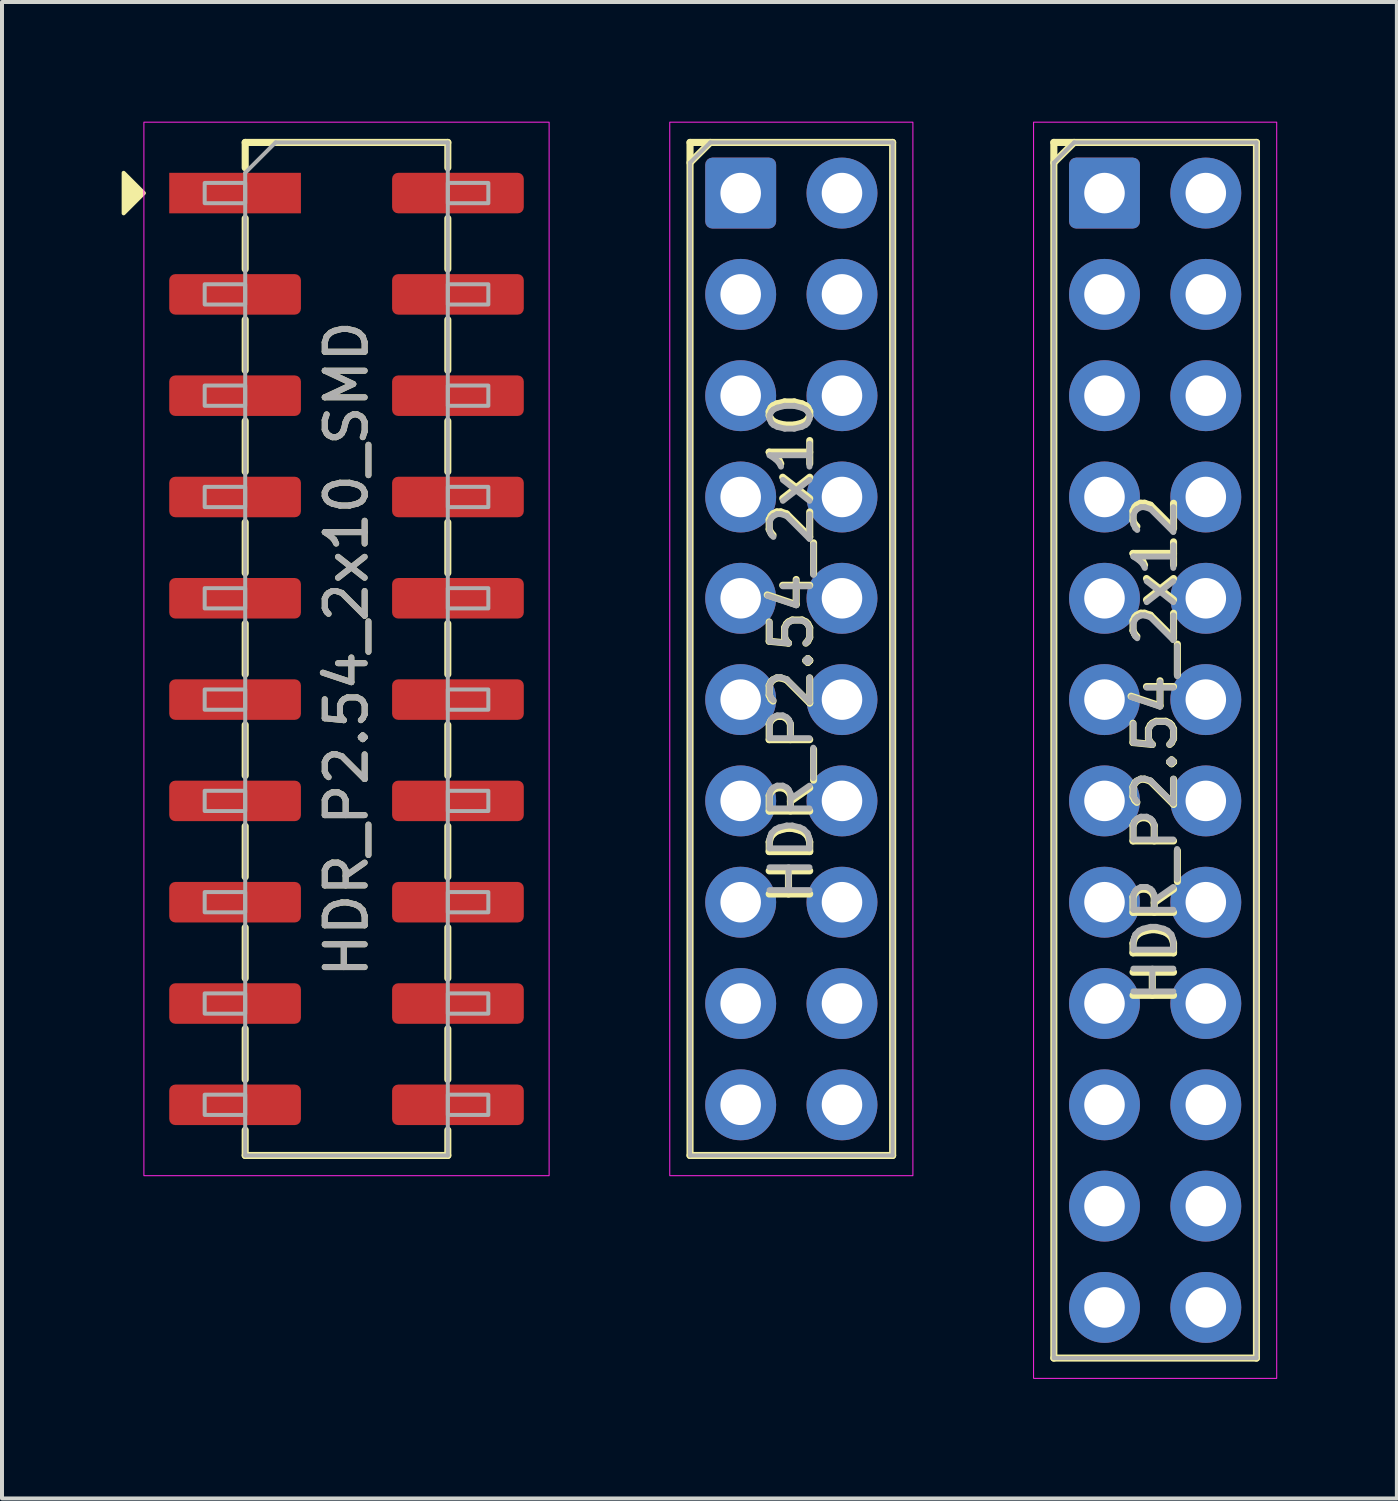
<source format=kicad_pcb>
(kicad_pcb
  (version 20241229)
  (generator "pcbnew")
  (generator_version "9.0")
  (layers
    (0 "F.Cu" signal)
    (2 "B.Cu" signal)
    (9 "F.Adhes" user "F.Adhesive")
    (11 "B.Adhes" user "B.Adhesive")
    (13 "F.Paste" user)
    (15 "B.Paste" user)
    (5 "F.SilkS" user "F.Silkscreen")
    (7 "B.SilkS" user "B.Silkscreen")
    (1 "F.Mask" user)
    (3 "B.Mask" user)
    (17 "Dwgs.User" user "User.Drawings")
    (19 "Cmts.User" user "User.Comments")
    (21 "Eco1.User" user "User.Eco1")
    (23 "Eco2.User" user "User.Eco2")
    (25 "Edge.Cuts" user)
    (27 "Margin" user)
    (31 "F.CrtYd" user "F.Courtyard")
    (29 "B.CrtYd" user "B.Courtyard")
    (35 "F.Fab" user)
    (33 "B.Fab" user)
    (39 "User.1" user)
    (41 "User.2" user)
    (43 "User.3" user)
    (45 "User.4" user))
  (footprint "HDR_P2.54_2x10"
    (layer "F.Cu")
    (at 16.791 13.221)
    (property "Reference" "HDR_P2.54_2x10" (at 0 0 90) (layer "F.SilkS") (effects (font (size 1.016 1.016) (thickness 0.178))))
    (attr through_hole)
    (fp_line (start -2.54 -12.7) (end -2.54 12.7) (stroke (width 0.178) (type solid)) (layer "F.SilkS"))
    (fp_line (start -2.54 -12.7) (end 2.54 -12.7) (stroke (width 0.178) (type solid)) (layer "F.SilkS"))
    (fp_line (start -2.54 -12.192) (end -2.032 -12.7) (stroke (width 0.178) (type solid)) (layer "F.SilkS"))
    (fp_line (start -2.54 12.7) (end 2.54 12.7) (stroke (width 0.178) (type solid)) (layer "F.SilkS"))
    (fp_line (start 2.54 -12.7) (end 2.54 12.7) (stroke (width 0.178) (type solid)) (layer "F.SilkS"))
    (fp_rect (start -3.048 -13.208) (end 3.048 13.208) (stroke (width 0.025) (type solid)) (fill no) (layer "F.CrtYd"))
    (fp_line (start -2.54 -12.192) (end -2.032 -12.7) (stroke (width 0.1) (type solid)) (layer "F.Fab"))
    (fp_line (start -2.54 12.7) (end -2.54 -12.192) (stroke (width 0.1) (type solid)) (layer "F.Fab"))
    (fp_line (start -2.032 -12.7) (end 2.54 -12.7) (stroke (width 0.1) (type solid)) (layer "F.Fab"))
    (fp_line (start 2.54 -12.7) (end 2.54 12.7) (stroke (width 0.1) (type solid)) (layer "F.Fab"))
    (fp_line (start 2.54 12.7) (end -2.54 12.7) (stroke (width 0.1) (type solid)) (layer "F.Fab"))
    (fp_text user "${REFERENCE}" (at 0 0 90) (layer "F.Fab") (effects (font (size 1 1) (thickness 0.15))))
    (pad "1" thru_hole roundrect (at -1.27 -11.43) (size 1.778 1.778) (drill 1.016) (layers "*.Cu" "*.Mask") (roundrect_rratio 0.1))
    (pad "2" thru_hole oval (at 1.27 -11.43) (size 1.778 1.778) (drill 1.016) (layers "*.Cu" "*.Mask"))
    (pad "3" thru_hole oval (at -1.27 -8.89) (size 1.778 1.778) (drill 1.016) (layers "*.Cu" "*.Mask"))
    (pad "4" thru_hole oval (at 1.27 -8.89) (size 1.778 1.778) (drill 1.016) (layers "*.Cu" "*.Mask"))
    (pad "5" thru_hole oval (at -1.27 -6.35) (size 1.778 1.778) (drill 1.016) (layers "*.Cu" "*.Mask"))
    (pad "6" thru_hole oval (at 1.27 -6.35) (size 1.778 1.778) (drill 1.016) (layers "*.Cu" "*.Mask"))
    (pad "7" thru_hole oval (at -1.27 -3.81) (size 1.778 1.778) (drill 1.016) (layers "*.Cu" "*.Mask"))
    (pad "8" thru_hole oval (at 1.27 -3.81) (size 1.778 1.778) (drill 1.016) (layers "*.Cu" "*.Mask"))
    (pad "9" thru_hole oval (at -1.27 -1.27) (size 1.778 1.778) (drill 1.016) (layers "*.Cu" "*.Mask"))
    (pad "10" thru_hole oval (at 1.27 -1.27) (size 1.778 1.778) (drill 1.016) (layers "*.Cu" "*.Mask"))
    (pad "11" thru_hole oval (at -1.27 1.27) (size 1.778 1.778) (drill 1.016) (layers "*.Cu" "*.Mask"))
    (pad "12" thru_hole oval (at 1.27 1.27) (size 1.778 1.778) (drill 1.016) (layers "*.Cu" "*.Mask"))
    (pad "13" thru_hole oval (at -1.27 3.81) (size 1.778 1.778) (drill 1.016) (layers "*.Cu" "*.Mask"))
    (pad "14" thru_hole oval (at 1.27 3.81) (size 1.778 1.778) (drill 1.016) (layers "*.Cu" "*.Mask"))
    (pad "15" thru_hole oval (at -1.27 6.35) (size 1.778 1.778) (drill 1.016) (layers "*.Cu" "*.Mask"))
    (pad "16" thru_hole oval (at 1.27 6.35) (size 1.778 1.778) (drill 1.016) (layers "*.Cu" "*.Mask"))
    (pad "17" thru_hole oval (at -1.27 8.89) (size 1.778 1.778) (drill 1.016) (layers "*.Cu" "*.Mask"))
    (pad "18" thru_hole oval (at 1.27 8.89) (size 1.778 1.778) (drill 1.016) (layers "*.Cu" "*.Mask"))
    (pad "19" thru_hole oval (at -1.27 11.43) (size 1.778 1.778) (drill 1.016) (layers "*.Cu" "*.Mask"))
    (pad "20" thru_hole oval (at 1.27 11.43) (size 1.778 1.778) (drill 1.016) (layers "*.Cu" "*.Mask")))
  (footprint "HDR_P2.54_2x10_SMD"
    (layer "F.Cu")
    (at 5.638 13.221)
    (property "Reference" "HDR_P2.54_2x10_SMD" (at 0 0 90) (layer "F.SilkS") (effects (font (size 1 1) (thickness 0.15))))
    (attr smd)
    (fp_line (start -2.54 -12.7) (end -2.54 -12.065) (stroke (width 0.178) (type solid)) (layer "F.SilkS"))
    (fp_line (start -2.54 -9.525) (end -2.54 -10.795) (stroke (width 0.178) (type solid)) (layer "F.SilkS"))
    (fp_line (start -2.54 -6.985) (end -2.54 -8.255) (stroke (width 0.178) (type solid)) (layer "F.SilkS"))
    (fp_line (start -2.54 -4.445) (end -2.54 -5.715) (stroke (width 0.178) (type solid)) (layer "F.SilkS"))
    (fp_line (start -2.54 -1.905) (end -2.54 -3.175) (stroke (width 0.178) (type solid)) (layer "F.SilkS"))
    (fp_line (start -2.54 0.635) (end -2.54 -0.635) (stroke (width 0.178) (type solid)) (layer "F.SilkS"))
    (fp_line (start -2.54 3.175) (end -2.54 1.905) (stroke (width 0.178) (type solid)) (layer "F.SilkS"))
    (fp_line (start -2.54 5.715) (end -2.54 4.445) (stroke (width 0.178) (type solid)) (layer "F.SilkS"))
    (fp_line (start -2.54 8.255) (end -2.54 6.985) (stroke (width 0.178) (type solid)) (layer "F.SilkS"))
    (fp_line (start -2.54 10.795) (end -2.54 9.525) (stroke (width 0.178) (type solid)) (layer "F.SilkS"))
    (fp_line (start -2.54 12.7) (end -2.54 12.065) (stroke (width 0.178) (type solid)) (layer "F.SilkS"))
    (fp_line (start 2.54 -12.7) (end -2.54 -12.7) (stroke (width 0.178) (type solid)) (layer "F.SilkS"))
    (fp_line (start 2.54 -12.065) (end 2.54 -12.7) (stroke (width 0.178) (type solid)) (layer "F.SilkS"))
    (fp_line (start 2.54 -9.525) (end 2.54 -10.795) (stroke (width 0.178) (type solid)) (layer "F.SilkS"))
    (fp_line (start 2.54 -6.985) (end 2.54 -8.255) (stroke (width 0.178) (type solid)) (layer "F.SilkS"))
    (fp_line (start 2.54 -4.445) (end 2.54 -5.715) (stroke (width 0.178) (type solid)) (layer "F.SilkS"))
    (fp_line (start 2.54 -1.905) (end 2.54 -3.175) (stroke (width 0.178) (type solid)) (layer "F.SilkS"))
    (fp_line (start 2.54 0.635) (end 2.54 -0.635) (stroke (width 0.178) (type solid)) (layer "F.SilkS"))
    (fp_line (start 2.54 3.175) (end 2.54 1.905) (stroke (width 0.178) (type solid)) (layer "F.SilkS"))
    (fp_line (start 2.54 5.715) (end 2.54 4.445) (stroke (width 0.178) (type solid)) (layer "F.SilkS"))
    (fp_line (start 2.54 8.255) (end 2.54 6.985) (stroke (width 0.178) (type solid)) (layer "F.SilkS"))
    (fp_line (start 2.54 10.795) (end 2.54 9.525) (stroke (width 0.178) (type solid)) (layer "F.SilkS"))
    (fp_line (start 2.54 12.065) (end 2.54 12.7) (stroke (width 0.178) (type solid)) (layer "F.SilkS"))
    (fp_line (start 2.54 12.7) (end -2.54 12.7) (stroke (width 0.178) (type solid)) (layer "F.SilkS"))
    (fp_poly (pts (xy -5.08 -11.43) (xy -5.588 -10.922) (xy -5.588 -11.938)) (stroke (width 0.1) (type solid)) (fill yes) (layer "F.SilkS"))
    (fp_rect (start -5.08 -13.208) (end 5.08 13.208) (stroke (width 0.025) (type solid)) (fill no) (layer "F.CrtYd"))
    (fp_line (start -2.54 -11.938) (end -1.778 -12.7) (stroke (width 0.1) (type solid)) (layer "F.Fab"))
    (fp_line (start -2.54 12.7) (end -2.54 -11.938) (stroke (width 0.1) (type solid)) (layer "F.Fab"))
    (fp_line (start -1.778 -12.7) (end 2.54 -12.7) (stroke (width 0.1) (type solid)) (layer "F.Fab"))
    (fp_line (start 2.54 -12.7) (end 2.54 12.7) (stroke (width 0.1) (type solid)) (layer "F.Fab"))
    (fp_line (start 2.54 12.7) (end -2.54 12.7) (stroke (width 0.1) (type solid)) (layer "F.Fab"))
    (fp_rect (start -3.556 -11.684) (end -2.54 -11.176) (stroke (width 0.1) (type solid)) (fill no) (layer "F.Fab"))
    (fp_rect (start -3.556 -9.144) (end -2.54 -8.636) (stroke (width 0.1) (type solid)) (fill no) (layer "F.Fab"))
    (fp_rect (start -3.556 -6.604) (end -2.54 -6.096) (stroke (width 0.1) (type solid)) (fill no) (layer "F.Fab"))
    (fp_rect (start -3.556 -4.064) (end -2.54 -3.556) (stroke (width 0.1) (type solid)) (fill no) (layer "F.Fab"))
    (fp_rect (start -3.556 -1.524) (end -2.54 -1.016) (stroke (width 0.1) (type solid)) (fill no) (layer "F.Fab"))
    (fp_rect (start -3.556 1.016) (end -2.54 1.524) (stroke (width 0.1) (type solid)) (fill no) (layer "F.Fab"))
    (fp_rect (start -3.556 3.556) (end -2.54 4.064) (stroke (width 0.1) (type solid)) (fill no) (layer "F.Fab"))
    (fp_rect (start -3.556 6.096) (end -2.54 6.604) (stroke (width 0.1) (type solid)) (fill no) (layer "F.Fab"))
    (fp_rect (start -3.556 8.636) (end -2.54 9.144) (stroke (width 0.1) (type solid)) (fill no) (layer "F.Fab"))
    (fp_rect (start -3.556 11.176) (end -2.54 11.684) (stroke (width 0.1) (type solid)) (fill no) (layer "F.Fab"))
    (fp_rect (start 2.54 -11.684) (end 3.556 -11.176) (stroke (width 0.1) (type solid)) (fill no) (layer "F.Fab"))
    (fp_rect (start 2.54 -9.144) (end 3.556 -8.636) (stroke (width 0.1) (type solid)) (fill no) (layer "F.Fab"))
    (fp_rect (start 2.54 -6.604) (end 3.556 -6.096) (stroke (width 0.1) (type solid)) (fill no) (layer "F.Fab"))
    (fp_rect (start 2.54 -4.064) (end 3.556 -3.556) (stroke (width 0.1) (type solid)) (fill no) (layer "F.Fab"))
    (fp_rect (start 2.54 -1.524) (end 3.556 -1.016) (stroke (width 0.1) (type solid)) (fill no) (layer "F.Fab"))
    (fp_rect (start 2.54 1.016) (end 3.556 1.524) (stroke (width 0.1) (type solid)) (fill no) (layer "F.Fab"))
    (fp_rect (start 2.54 3.556) (end 3.556 4.064) (stroke (width 0.1) (type solid)) (fill no) (layer "F.Fab"))
    (fp_rect (start 2.54 6.096) (end 3.556 6.604) (stroke (width 0.1) (type solid)) (fill no) (layer "F.Fab"))
    (fp_rect (start 2.54 8.636) (end 3.556 9.144) (stroke (width 0.1) (type solid)) (fill no) (layer "F.Fab"))
    (fp_rect (start 2.54 11.176) (end 3.556 11.684) (stroke (width 0.1) (type solid)) (fill no) (layer "F.Fab"))
    (fp_text user "${REFERENCE}" (at 0 0 90) (layer "F.Fab") (effects (font (size 1 1) (thickness 0.15))))
    (pad "1" smd rect (at -2.794 -11.43) (size 3.302 1.016) (layers "F.Cu" "F.Mask" "F.Paste"))
    (pad "2" smd roundrect (at 2.794 -11.43) (size 3.302 1.016) (layers "F.Cu" "F.Mask" "F.Paste") (roundrect_rratio 0.15))
    (pad "3" smd roundrect (at -2.794 -8.89) (size 3.302 1.016) (layers "F.Cu" "F.Mask" "F.Paste") (roundrect_rratio 0.15))
    (pad "4" smd roundrect (at 2.794 -8.89) (size 3.302 1.016) (layers "F.Cu" "F.Mask" "F.Paste") (roundrect_rratio 0.15))
    (pad "5" smd roundrect (at -2.794 -6.35) (size 3.302 1.016) (layers "F.Cu" "F.Mask" "F.Paste") (roundrect_rratio 0.15))
    (pad "6" smd roundrect (at 2.794 -6.35) (size 3.302 1.016) (layers "F.Cu" "F.Mask" "F.Paste") (roundrect_rratio 0.15))
    (pad "7" smd roundrect (at -2.794 -3.81) (size 3.302 1.016) (layers "F.Cu" "F.Mask" "F.Paste") (roundrect_rratio 0.15))
    (pad "8" smd roundrect (at 2.794 -3.81) (size 3.302 1.016) (layers "F.Cu" "F.Mask" "F.Paste") (roundrect_rratio 0.15))
    (pad "9" smd roundrect (at -2.794 -1.27) (size 3.302 1.016) (layers "F.Cu" "F.Mask" "F.Paste") (roundrect_rratio 0.15))
    (pad "10" smd roundrect (at 2.794 -1.27) (size 3.302 1.016) (layers "F.Cu" "F.Mask" "F.Paste") (roundrect_rratio 0.15))
    (pad "11" smd roundrect (at -2.794 1.27) (size 3.302 1.016) (layers "F.Cu" "F.Mask" "F.Paste") (roundrect_rratio 0.15))
    (pad "12" smd roundrect (at 2.794 1.27) (size 3.302 1.016) (layers "F.Cu" "F.Mask" "F.Paste") (roundrect_rratio 0.15))
    (pad "13" smd roundrect (at -2.794 3.81) (size 3.302 1.016) (layers "F.Cu" "F.Mask" "F.Paste") (roundrect_rratio 0.15))
    (pad "14" smd roundrect (at 2.794 3.81) (size 3.302 1.016) (layers "F.Cu" "F.Mask" "F.Paste") (roundrect_rratio 0.15))
    (pad "15" smd roundrect (at -2.794 6.35) (size 3.302 1.016) (layers "F.Cu" "F.Mask" "F.Paste") (roundrect_rratio 0.15))
    (pad "16" smd roundrect (at 2.794 6.35) (size 3.302 1.016) (layers "F.Cu" "F.Mask" "F.Paste") (roundrect_rratio 0.15))
    (pad "17" smd roundrect (at -2.794 8.89) (size 3.302 1.016) (layers "F.Cu" "F.Mask" "F.Paste") (roundrect_rratio 0.15))
    (pad "18" smd roundrect (at 2.794 8.89) (size 3.302 1.016) (layers "F.Cu" "F.Mask" "F.Paste") (roundrect_rratio 0.15))
    (pad "19" smd roundrect (at -2.794 11.43) (size 3.302 1.016) (layers "F.Cu" "F.Mask" "F.Paste") (roundrect_rratio 0.15))
    (pad "20" smd roundrect (at 2.794 11.43) (size 3.302 1.016) (layers "F.Cu" "F.Mask" "F.Paste") (roundrect_rratio 0.15)))
  (footprint "HDR_P2.54_2x12"
    (layer "F.Cu")
    (at 25.913 15.761)
    (property "Reference" "HDR_P2.54_2x12" (at 0 0 90) (layer "F.SilkS") (effects (font (size 1.016 1.016) (thickness 0.178))))
    (attr through_hole)
    (fp_line (start -2.54 -15.24) (end -2.54 15.24) (stroke (width 0.178) (type solid)) (layer "F.SilkS"))
    (fp_line (start -2.54 -15.24) (end 2.54 -15.24) (stroke (width 0.178) (type solid)) (layer "F.SilkS"))
    (fp_line (start -2.54 -14.732) (end -2.032 -15.24) (stroke (width 0.178) (type solid)) (layer "F.SilkS"))
    (fp_line (start -2.54 15.24) (end 2.54 15.24) (stroke (width 0.178) (type solid)) (layer "F.SilkS"))
    (fp_line (start 2.54 -15.24) (end 2.54 15.24) (stroke (width 0.178) (type solid)) (layer "F.SilkS"))
    (fp_rect (start -3.048 -15.748) (end 3.048 15.748) (stroke (width 0.025) (type solid)) (fill no) (layer "F.CrtYd"))
    (fp_line (start -2.54 -14.732) (end -2.032 -15.24) (stroke (width 0.1) (type solid)) (layer "F.Fab"))
    (fp_line (start -2.54 15.24) (end -2.54 -14.732) (stroke (width 0.1) (type solid)) (layer "F.Fab"))
    (fp_line (start -2.032 -15.24) (end 2.54 -15.24) (stroke (width 0.1) (type solid)) (layer "F.Fab"))
    (fp_line (start 2.54 -15.24) (end 2.54 15.24) (stroke (width 0.1) (type solid)) (layer "F.Fab"))
    (fp_line (start 2.54 15.24) (end -2.54 15.24) (stroke (width 0.1) (type solid)) (layer "F.Fab"))
    (fp_text user "${REFERENCE}" (at 0 0 90) (layer "F.Fab") (effects (font (size 1 1) (thickness 0.15))))
    (pad "1" thru_hole roundrect (at -1.27 -13.97) (size 1.778 1.778) (drill 1.016) (layers "*.Cu" "*.Mask") (roundrect_rratio 0.1))
    (pad "2" thru_hole oval (at 1.27 -13.97) (size 1.778 1.778) (drill 1.016) (layers "*.Cu" "*.Mask"))
    (pad "3" thru_hole oval (at -1.27 -11.43) (size 1.778 1.778) (drill 1.016) (layers "*.Cu" "*.Mask"))
    (pad "4" thru_hole oval (at 1.27 -11.43) (size 1.778 1.778) (drill 1.016) (layers "*.Cu" "*.Mask"))
    (pad "5" thru_hole oval (at -1.27 -8.89) (size 1.778 1.778) (drill 1.016) (layers "*.Cu" "*.Mask"))
    (pad "6" thru_hole oval (at 1.27 -8.89) (size 1.778 1.778) (drill 1.016) (layers "*.Cu" "*.Mask"))
    (pad "7" thru_hole oval (at -1.27 -6.35) (size 1.778 1.778) (drill 1.016) (layers "*.Cu" "*.Mask"))
    (pad "8" thru_hole oval (at 1.27 -6.35) (size 1.778 1.778) (drill 1.016) (layers "*.Cu" "*.Mask"))
    (pad "9" thru_hole oval (at -1.27 -3.81) (size 1.778 1.778) (drill 1.016) (layers "*.Cu" "*.Mask"))
    (pad "10" thru_hole oval (at 1.27 -3.81) (size 1.778 1.778) (drill 1.016) (layers "*.Cu" "*.Mask"))
    (pad "11" thru_hole oval (at -1.27 -1.27) (size 1.778 1.778) (drill 1.016) (layers "*.Cu" "*.Mask"))
    (pad "12" thru_hole oval (at 1.27 -1.27) (size 1.778 1.778) (drill 1.016) (layers "*.Cu" "*.Mask"))
    (pad "13" thru_hole oval (at -1.27 1.27) (size 1.778 1.778) (drill 1.016) (layers "*.Cu" "*.Mask"))
    (pad "14" thru_hole oval (at 1.27 1.27) (size 1.778 1.778) (drill 1.016) (layers "*.Cu" "*.Mask"))
    (pad "15" thru_hole oval (at -1.27 3.81) (size 1.778 1.778) (drill 1.016) (layers "*.Cu" "*.Mask"))
    (pad "16" thru_hole oval (at 1.27 3.81) (size 1.778 1.778) (drill 1.016) (layers "*.Cu" "*.Mask"))
    (pad "17" thru_hole oval (at -1.27 6.35) (size 1.778 1.778) (drill 1.016) (layers "*.Cu" "*.Mask"))
    (pad "18" thru_hole oval (at 1.27 6.35) (size 1.778 1.778) (drill 1.016) (layers "*.Cu" "*.Mask"))
    (pad "19" thru_hole oval (at -1.27 8.89) (size 1.778 1.778) (drill 1.016) (layers "*.Cu" "*.Mask"))
    (pad "20" thru_hole oval (at 1.27 8.89) (size 1.778 1.778) (drill 1.016) (layers "*.Cu" "*.Mask"))
    (pad "21" thru_hole oval (at -1.27 11.43) (size 1.778 1.778) (drill 1.016) (layers "*.Cu" "*.Mask"))
    (pad "22" thru_hole oval (at 1.27 11.43) (size 1.778 1.778) (drill 1.016) (layers "*.Cu" "*.Mask"))
    (pad "23" thru_hole oval (at -1.27 13.97) (size 1.778 1.778) (drill 1.016) (layers "*.Cu" "*.Mask"))
    (pad "24" thru_hole oval (at 1.27 13.97) (size 1.778 1.778) (drill 1.016) (layers "*.Cu" "*.Mask")))
  (gr_rect
    (start -3 -3)
    (end 31.974 34.521)
    (stroke (width 0.1) (type default))
    (fill no)
    (layer "Edge.Cuts")))
</source>
